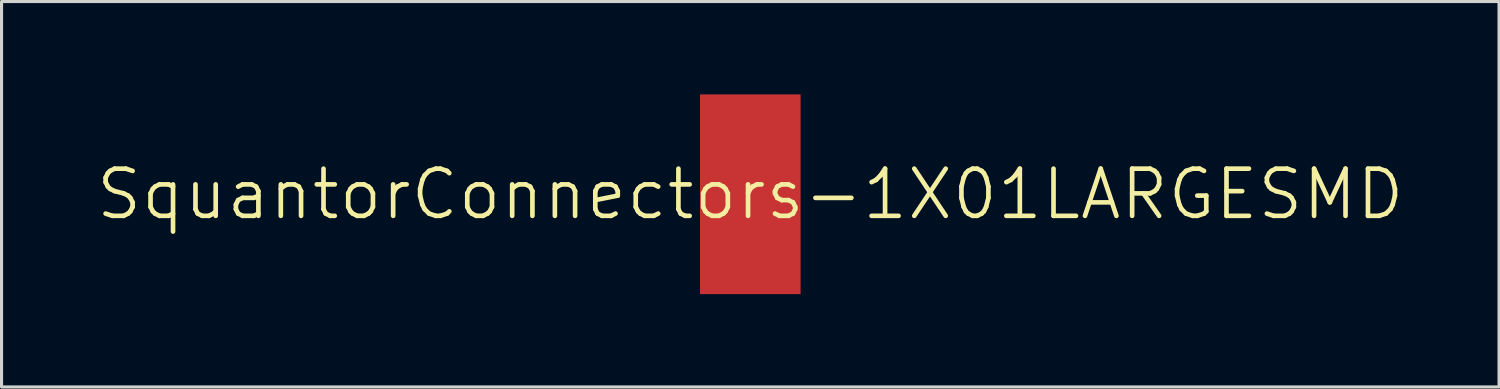
<source format=kicad_pcb>
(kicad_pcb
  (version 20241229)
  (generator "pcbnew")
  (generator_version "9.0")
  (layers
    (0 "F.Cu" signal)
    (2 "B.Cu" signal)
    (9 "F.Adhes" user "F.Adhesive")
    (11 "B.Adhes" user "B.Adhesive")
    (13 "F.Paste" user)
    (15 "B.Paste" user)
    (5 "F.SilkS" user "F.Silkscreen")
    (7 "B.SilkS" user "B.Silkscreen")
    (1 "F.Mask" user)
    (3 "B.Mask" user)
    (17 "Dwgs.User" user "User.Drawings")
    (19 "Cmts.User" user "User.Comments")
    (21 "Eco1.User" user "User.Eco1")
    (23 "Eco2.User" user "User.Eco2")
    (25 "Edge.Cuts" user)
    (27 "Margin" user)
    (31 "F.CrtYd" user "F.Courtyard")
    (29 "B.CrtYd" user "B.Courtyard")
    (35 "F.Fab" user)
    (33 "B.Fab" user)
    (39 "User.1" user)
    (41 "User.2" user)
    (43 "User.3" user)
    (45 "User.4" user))
  (footprint "SquantorConnectors-1X01LARGESMD"
    (layer "F.Cu")
    (at 21.191 3.226)
    (property "Reference" "SquantorConnectors-1X01LARGESMD" (at 0 0 0) (layer "F.SilkS") (effects (font (size 1.524 1.524) (thickness 0.15))))
    (attr smd)
    (pad "1" smd rect (at 0 0 90) (size 6.452 3.251) (layers "F.Cu" "F.Mask" "F.Paste")))
  (gr_rect
    (start -3 -3)
    (end 45.382 9.452)
    (stroke (width 0.1) (type default))
    (fill no)
    (layer "Edge.Cuts")))
</source>
